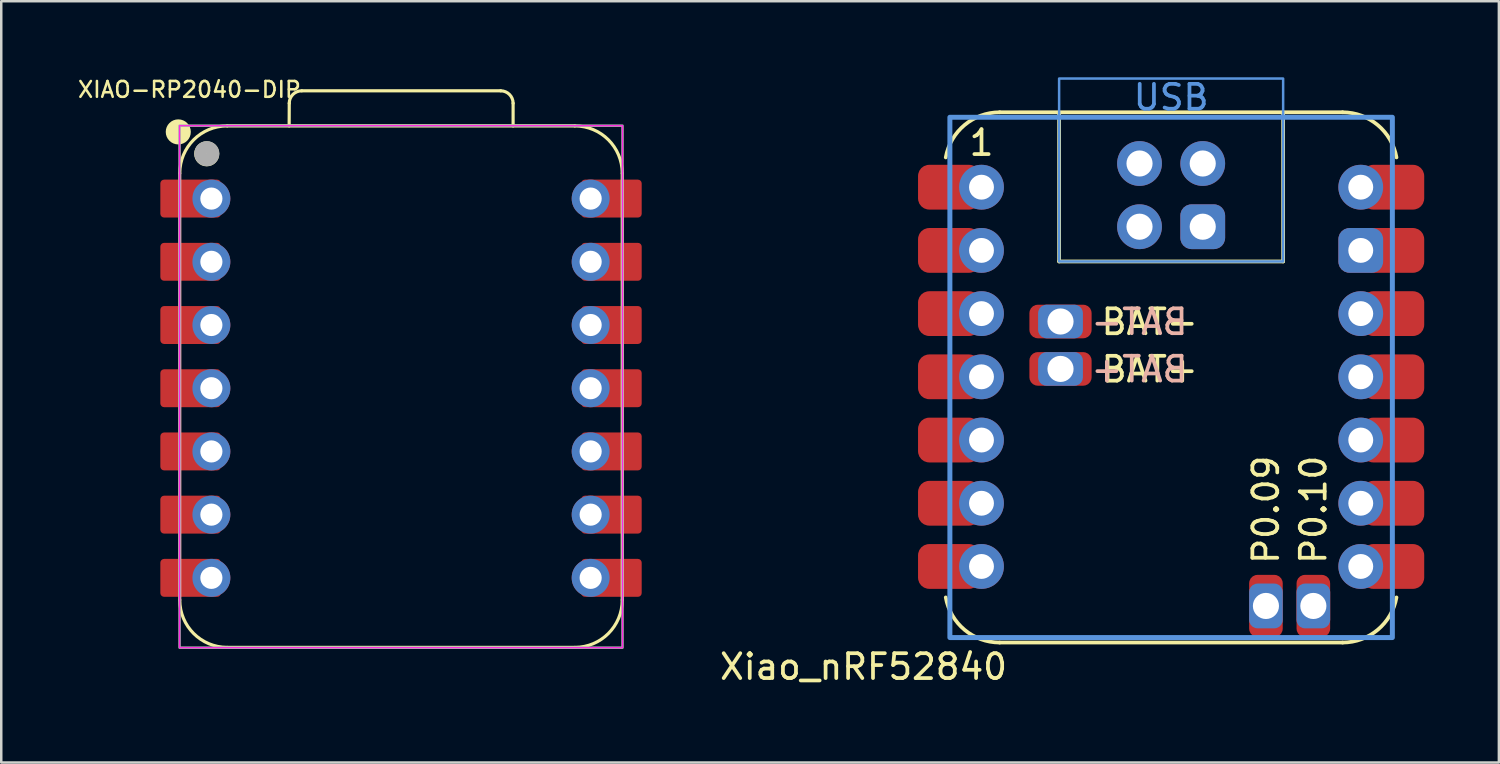
<source format=kicad_pcb>
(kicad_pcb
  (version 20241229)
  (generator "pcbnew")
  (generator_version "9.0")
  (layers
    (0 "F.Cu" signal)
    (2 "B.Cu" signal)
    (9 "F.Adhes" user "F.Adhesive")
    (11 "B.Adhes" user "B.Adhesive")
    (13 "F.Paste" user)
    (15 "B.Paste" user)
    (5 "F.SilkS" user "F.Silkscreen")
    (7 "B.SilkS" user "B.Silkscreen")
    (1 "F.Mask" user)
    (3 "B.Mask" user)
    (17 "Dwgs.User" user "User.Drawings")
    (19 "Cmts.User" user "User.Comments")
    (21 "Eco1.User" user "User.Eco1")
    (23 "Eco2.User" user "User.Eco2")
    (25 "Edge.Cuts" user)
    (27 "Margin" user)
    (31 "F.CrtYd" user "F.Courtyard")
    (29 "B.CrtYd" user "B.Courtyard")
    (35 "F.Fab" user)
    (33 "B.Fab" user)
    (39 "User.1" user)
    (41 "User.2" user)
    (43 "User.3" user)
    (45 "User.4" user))
  (footprint "Xiao_nRF52840"
    (layer "F.Cu")
    (at 44.009 12.092)
    (property "Reference" "Xiao_nRF52840" (at -6.5 11.65 0) (layer "F.SilkS") (effects (font (size 1 1) (thickness 0.15)) (justify right)))
    (attr through_hole exclude_from_pos_files exclude_from_bom)
    (fp_line (start -6.89 -10.63) (end 6.89 -10.63) (stroke (width 0.15) (type default)) (layer "F.SilkS"))
    (fp_line (start -4.501 -4.636) (end -4.501 -10.63) (stroke (width 0.15) (type default)) (layer "F.SilkS"))
    (fp_line (start 4.501 -4.636) (end -4.501 -4.636) (stroke (width 0.15) (type default)) (layer "F.SilkS"))
    (fp_line (start 4.501 -4.636) (end 4.501 -10.63) (stroke (width 0.15) (type default)) (layer "F.SilkS"))
    (fp_line (start 6.89 10.678) (end -6.89 10.678) (stroke (width 0.15) (type default)) (layer "F.SilkS"))
    (fp_arc (start -9.055742 -8.816738) (mid -8.302299 -10.116834) (end -6.890001 -10.63) (stroke (width 0.15) (type default)) (layer "F.SilkS"))
    (fp_arc (start -6.89 10.6775) (mid -8.302299 10.164335) (end -9.055742 8.864239) (stroke (width 0.15) (type default)) (layer "F.SilkS"))
    (fp_arc (start 6.889999 -10.63) (mid 8.302298 -10.116835) (end 9.05574 -8.816738) (stroke (width 0.15) (type default)) (layer "F.SilkS"))
    (fp_arc (start 9.05574 8.864238) (mid 8.302298 10.164335) (end 6.889999 10.6775) (stroke (width 0.15) (type default)) (layer "F.SilkS"))
    (fp_rect (start -8.89 -10.43) (end 8.89 10.477) (stroke (width 0.2) (type solid)) (fill no) (layer "Cmts.User"))
    (fp_rect (start -4.501 -11.986) (end 4.501 -4.636) (stroke (width 0.1) (type default)) (fill no) (layer "Cmts.User"))
    (fp_text user "P0.10" (at 5.715 7.607 90) (unlocked yes) (layer "F.SilkS") (effects (font (size 1 1) (thickness 0.15)) (justify left)))
    (fp_text user "1" (at -7.62 -8.82 0) (layer "F.SilkS") (effects (font (size 1 1) (thickness 0.15)) (justify bottom)))
    (fp_text user "BAT+" (at -2.89 0.284 0) (unlocked yes) (layer "F.SilkS") (effects (font (size 1 1) (thickness 0.15)) (justify left bottom)))
    (fp_text user "P0.09" (at 3.81 7.607 90) (unlocked yes) (layer "F.SilkS") (effects (font (size 1 1) (thickness 0.15)) (justify left)))
    (fp_text user "BAT-" (at -2.89 -1.621 0) (unlocked yes) (layer "F.SilkS") (effects (font (size 1 1) (thickness 0.15)) (justify left bottom)))
    (fp_text user "BAT-" (at 0.755 -1.623 0) (unlocked yes) (layer "B.SilkS") (effects (font (size 1 1) (thickness 0.15)) (justify left bottom mirror)))
    (fp_text user "BAT+" (at 0.755 0.282 0) (unlocked yes) (layer "B.SilkS") (effects (font (size 1 1) (thickness 0.15)) (justify left bottom mirror)))
    (fp_text user "USB" (at -0.000001 -10.643 0) (layer "Cmts.User") (effects (font (size 1 1) (thickness 0.15)) (justify bottom)))
    (pad "1" smd roundrect (at -8.92 -7.62) (size 2.5 1.8) (layers "F.Cu" "F.Mask") (roundrect_rratio 0.25))
    (pad "1" thru_hole circle (at -7.62 -7.62) (size 1.8 1.8) (drill 1) (layers "*.Cu" "*.Mask"))
    (pad "2" smd roundrect (at -8.92 -5.08) (size 2.5 1.8) (layers "F.Cu" "F.Mask") (roundrect_rratio 0.25))
    (pad "2" thru_hole circle (at -7.62 -5.08) (size 1.8 1.8) (drill 1) (layers "*.Cu" "*.Mask"))
    (pad "3" smd roundrect (at -8.92 -2.54) (size 2.5 1.8) (layers "F.Cu" "F.Mask") (roundrect_rratio 0.25))
    (pad "3" thru_hole circle (at -7.62 -2.54) (size 1.8 1.8) (drill 1) (layers "*.Cu" "*.Mask"))
    (pad "4" smd roundrect (at -8.92 0) (size 2.5 1.8) (layers "F.Cu" "F.Mask") (roundrect_rratio 0.25))
    (pad "4" thru_hole circle (at -7.62 0) (size 1.8 1.8) (drill 1) (layers "*.Cu" "*.Mask"))
    (pad "5" smd roundrect (at -8.92 2.54) (size 2.5 1.8) (layers "F.Cu" "F.Mask") (roundrect_rratio 0.25))
    (pad "5" thru_hole circle (at -7.62 2.54) (size 1.8 1.8) (drill 1) (layers "*.Cu" "*.Mask"))
    (pad "6" smd roundrect (at -8.92 5.08) (size 2.5 1.8) (layers "F.Cu" "F.Mask") (roundrect_rratio 0.25))
    (pad "6" thru_hole circle (at -7.62 5.08) (size 1.8 1.8) (drill 1) (layers "*.Cu" "*.Mask"))
    (pad "7" smd roundrect (at -8.92 7.62) (size 2.5 1.8) (layers "F.Cu" "F.Mask") (roundrect_rratio 0.25))
    (pad "7" thru_hole circle (at -7.62 7.62) (size 1.8 1.8) (drill 1) (layers "*.Cu" "*.Mask"))
    (pad "8" thru_hole circle (at 7.62 -7.62 180) (size 1.8 1.8) (drill 1) (layers "*.Cu" "*.Mask"))
    (pad "8" smd roundrect (at 8.92 -7.62 180) (size 2.5 1.8) (layers "F.Cu" "F.Mask") (roundrect_rratio 0.25))
    (pad "9" thru_hole roundrect (at 7.62 -5.08 180) (size 1.8 1.8) (drill 1) (layers "*.Cu" "*.Mask") (roundrect_rratio 0.25))
    (pad "9" smd roundrect (at 8.92 -5.08 180) (size 2.5 1.8) (layers "F.Cu" "F.Mask") (roundrect_rratio 0.25))
    (pad "10" thru_hole circle (at 7.62 -2.54 180) (size 1.8 1.8) (drill 1) (layers "*.Cu" "*.Mask"))
    (pad "10" smd roundrect (at 8.92 -2.54 180) (size 2.5 1.8) (layers "F.Cu" "F.Mask") (roundrect_rratio 0.25))
    (pad "11" thru_hole circle (at 7.62 0 180) (size 1.8 1.8) (drill 1) (layers "*.Cu" "*.Mask"))
    (pad "11" smd roundrect (at 8.92 0 180) (size 2.5 1.8) (layers "F.Cu" "F.Mask") (roundrect_rratio 0.25))
    (pad "12" thru_hole circle (at 7.62 2.54 180) (size 1.8 1.8) (drill 1) (layers "*.Cu" "*.Mask"))
    (pad "12" smd roundrect (at 8.92 2.54 180) (size 2.5 1.8) (layers "F.Cu" "F.Mask") (roundrect_rratio 0.25))
    (pad "13" thru_hole circle (at 7.62 5.08) (size 1.8 1.8) (drill 1) (layers "*.Cu" "*.Mask"))
    (pad "13" smd roundrect (at 8.92 5.08) (size 2.5 1.8) (layers "F.Cu" "F.Mask") (roundrect_rratio 0.25))
    (pad "14" thru_hole circle (at 7.62 7.62) (size 1.8 1.8) (drill 1) (layers "*.Cu" "*.Mask"))
    (pad "14" smd roundrect (at 8.92 7.62) (size 2.5 1.8) (layers "F.Cu" "F.Mask") (roundrect_rratio 0.25))
    (pad "15" thru_hole roundrect (at -4.445 -2.223) (size 1.8 1.35) (drill 1.05) (layers "*.Cu" "*.Mask") (roundrect_rratio 0.25))
    (pad "15" smd roundrect (at -4.445 -2.223) (size 2.5 1.35) (layers "F.Cu" "F.Mask") (roundrect_rratio 0.25))
    (pad "16" thru_hole roundrect (at -4.445 -0.318) (size 1.8 1.35) (drill 1.05) (layers "*.Cu" "*.Mask") (roundrect_rratio 0.25))
    (pad "16" smd roundrect (at -4.445 -0.318) (size 2.5 1.35) (layers "F.Cu" "F.Mask") (roundrect_rratio 0.25))
    (pad "17" thru_hole roundrect (at 3.81 9.207 90) (size 1.8 1.35) (drill 1.05) (layers "*.Cu" "*.Mask") (roundrect_rratio 0.25))
    (pad "17" smd roundrect (at 3.81 9.207 90) (size 2.5 1.35) (layers "F.Cu" "F.Mask") (roundrect_rratio 0.25))
    (pad "18" thru_hole roundrect (at 5.715 9.207 90) (size 1.8 1.35) (drill 1.05) (layers "*.Cu" "*.Mask") (roundrect_rratio 0.25))
    (pad "18" smd roundrect (at 5.715 9.207 90) (size 2.5 1.35) (layers "F.Cu" "F.Mask") (roundrect_rratio 0.25))
    (pad "19" thru_hole circle (at -1.27 -8.572 180) (size 1.8 1.8) (drill 1.05) (layers "*.Cu" "*.Mask"))
    (pad "20" thru_hole circle (at 1.27 -8.572 180) (size 1.8 1.8) (drill 1.05) (layers "*.Cu" "*.Mask"))
    (pad "21" thru_hole circle (at -1.27 -6.032 180) (size 1.8 1.8) (drill 1.05) (layers "*.Cu" "*.Mask"))
    (pad "22" thru_hole roundrect (at 1.27 -6.032 180) (size 1.8 1.8) (drill 1.05) (layers "*.Cu" "*.Mask") (roundrect_rratio 0.25)))
  (footprint "XIAO-RP2040-DIP"
    (layer "F.Cu")
    (at 13.064 12.55)
    (property "Reference" "XIAO-RP2040-DIP" (at -8.5 -12 0) (unlocked yes) (layer "F.SilkS") (effects (font (size 0.635 0.635) (thickness 0.102))))
    (attr smd)
    (fp_line (start -6.985 10.414) (end 6.985 10.414) (stroke (width 0.127) (type solid)) (layer "F.SilkS"))
    (fp_line (start -4.495 -10.541) (end -4.491 -11.451) (stroke (width 0.127) (type solid)) (layer "F.SilkS"))
    (fp_line (start -3.991 -11.951) (end 4.004 -11.951) (stroke (width 0.127) (type solid)) (layer "F.SilkS"))
    (fp_line (start 4.504 -11.451) (end 4.504 -10.541) (stroke (width 0.127) (type solid)) (layer "F.SilkS"))
    (fp_line (start 6.985 -10.541) (end -6.985 -10.541) (stroke (width 0.1) (type solid)) (layer "F.SilkS"))
    (fp_line (start 6.985 -10.541) (end -6.985 -10.541) (stroke (width 0.127) (type solid)) (layer "F.SilkS"))
    (fp_line (start 8.89 8.509) (end 8.89 -8.636) (stroke (width 0.127) (type solid)) (layer "F.SilkS"))
    (fp_arc (start -8.89 -8.636) (mid -8.332038 -9.983038) (end -6.985 -10.541) (stroke (width 0.127) (type solid)) (layer "F.SilkS"))
    (fp_arc (start -6.985 10.414) (mid -8.332038 9.856038) (end -8.89 8.509) (stroke (width 0.127) (type solid)) (layer "F.SilkS"))
    (fp_arc (start -4.491272 -11.451272) (mid -4.344728 -11.80464) (end -3.991272 -11.951) (stroke (width 0.127) (type default)) (layer "F.SilkS"))
    (fp_arc (start 4.004 -11.951) (mid 4.357553 -11.804553) (end 4.504 -11.451) (stroke (width 0.127) (type default)) (layer "F.SilkS"))
    (fp_arc (start 6.985 -10.541) (mid 8.332038 -9.983038) (end 8.89 -8.636) (stroke (width 0.127) (type solid)) (layer "F.SilkS"))
    (fp_arc (start 8.89 8.509) (mid 8.332038 9.856038) (end 6.985 10.414) (stroke (width 0.127) (type solid)) (layer "F.SilkS"))
    (fp_circle (center -8.95 -10.3) (end -8.95 -10.554) (stroke (width 0.5) (type solid)) (fill yes) (layer "F.SilkS"))
    (fp_circle (center -7.807 -9.42) (end -7.807 -9.674) (stroke (width 0.5) (type solid)) (fill yes) (layer "F.SilkS"))
    (fp_line (start -8.89 8.509) (end -8.89 -8.636) (stroke (width 0.127) (type solid)) (layer "B.SilkS"))
    (fp_rect (start -8.9 -10.55) (end 8.9 10.425) (stroke (width 0.05) (type default)) (fill no) (layer "F.CrtYd"))
    (fp_rect (start -8.9 -10.55) (end 8.9 10.425) (stroke (width 0.1) (type default)) (fill no) (layer "F.Fab"))
    (fp_circle (center -7.804 -9.426) (end -7.804 -9.68) (stroke (width 0.5) (type solid)) (fill no) (layer "F.Fab"))
    (pad "1" smd roundrect (at -8.455 -7.62 180) (size 2.432 1.524) (layers "F.Cu" "F.Mask") (roundrect_rratio 0.1))
    (pad "1" thru_hole circle (at -7.62 -7.62 180) (size 1.524 1.524) (drill 0.889) (layers "*.Cu" "*.Mask"))
    (pad "2" smd roundrect (at -8.455 -5.08 180) (size 2.432 1.524) (layers "F.Cu" "F.Mask") (roundrect_rratio 0.1))
    (pad "2" thru_hole circle (at -7.62 -5.08 180) (size 1.524 1.524) (drill 0.889) (layers "*.Cu" "*.Mask"))
    (pad "3" smd roundrect (at -8.455 -2.54 180) (size 2.432 1.524) (layers "F.Cu" "F.Mask") (roundrect_rratio 0.1))
    (pad "3" thru_hole circle (at -7.62 -2.54 180) (size 1.524 1.524) (drill 0.889) (layers "*.Cu" "*.Mask"))
    (pad "4" smd roundrect (at -8.455 0 180) (size 2.432 1.524) (layers "F.Cu" "F.Mask") (roundrect_rratio 0.1))
    (pad "4" thru_hole circle (at -7.62 0 180) (size 1.524 1.524) (drill 0.889) (layers "*.Cu" "*.Mask"))
    (pad "5" smd roundrect (at -8.455 2.54 180) (size 2.432 1.524) (layers "F.Cu" "F.Mask") (roundrect_rratio 0.1))
    (pad "5" thru_hole circle (at -7.62 2.54 180) (size 1.524 1.524) (drill 0.889) (layers "*.Cu" "*.Mask"))
    (pad "6" smd roundrect (at -8.455 5.08 180) (size 2.432 1.524) (layers "F.Cu" "F.Mask") (roundrect_rratio 0.1))
    (pad "6" thru_hole circle (at -7.62 5.08 180) (size 1.524 1.524) (drill 0.889) (layers "*.Cu" "*.Mask"))
    (pad "7" smd roundrect (at -8.455 7.62 180) (size 2.432 1.524) (layers "F.Cu" "F.Mask") (roundrect_rratio 0.1))
    (pad "7" thru_hole circle (at -7.62 7.62 180) (size 1.524 1.524) (drill 0.889) (layers "*.Cu" "*.Mask"))
    (pad "8" thru_hole circle (at 7.62 -7.62) (size 1.524 1.524) (drill 0.889) (layers "*.Cu" "*.Mask"))
    (pad "8" smd roundrect (at 8.455 -7.62) (size 2.432 1.524) (layers "F.Cu" "F.Mask") (roundrect_rratio 0.1))
    (pad "9" thru_hole circle (at 7.62 -5.08) (size 1.524 1.524) (drill 0.889) (layers "*.Cu" "*.Mask"))
    (pad "9" smd roundrect (at 8.455 -5.08) (size 2.432 1.524) (layers "F.Cu" "F.Mask") (roundrect_rratio 0.1))
    (pad "10" thru_hole circle (at 7.62 -2.54) (size 1.524 1.524) (drill 0.889) (layers "*.Cu" "*.Mask"))
    (pad "10" smd roundrect (at 8.455 -2.54) (size 2.432 1.524) (layers "F.Cu" "F.Mask") (roundrect_rratio 0.1))
    (pad "11" thru_hole circle (at 7.62 0) (size 1.524 1.524) (drill 0.889) (layers "*.Cu" "*.Mask"))
    (pad "11" smd roundrect (at 8.455 0) (size 2.432 1.524) (layers "F.Cu" "F.Mask") (roundrect_rratio 0.1))
    (pad "12" thru_hole circle (at 7.62 2.54) (size 1.524 1.524) (drill 0.889) (layers "*.Cu" "*.Mask"))
    (pad "12" smd roundrect (at 8.455 2.54) (size 2.432 1.524) (layers "F.Cu" "F.Mask") (roundrect_rratio 0.1))
    (pad "13" thru_hole circle (at 7.62 5.08) (size 1.524 1.524) (drill 0.889) (layers "*.Cu" "*.Mask"))
    (pad "13" smd roundrect (at 8.455 5.08) (size 2.432 1.524) (layers "F.Cu" "F.Mask") (roundrect_rratio 0.1))
    (pad "14" thru_hole circle (at 7.62 7.62) (size 1.524 1.524) (drill 0.889) (layers "*.Cu" "*.Mask"))
    (pad "14" smd roundrect (at 8.455 7.62) (size 2.432 1.524) (layers "F.Cu" "F.Mask") (roundrect_rratio 0.1)))
  (gr_rect
    (start -3 -3)
    (end 57.179 27.591)
    (stroke (width 0.1) (type default))
    (fill no)
    (layer "Edge.Cuts")))
</source>
